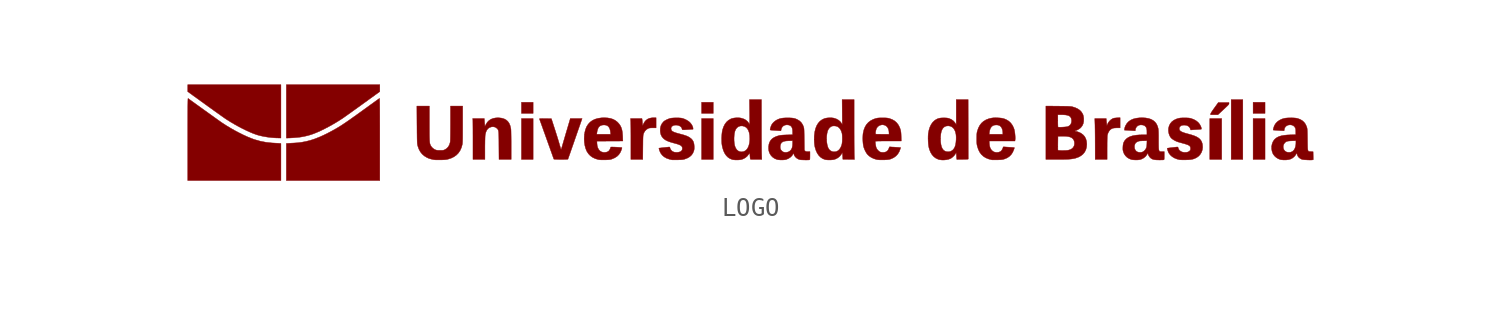
<source format=kicad_sym>
(kicad_symbol_lib
  (version 20220914)
  (generator "bitmap2component")
  (generator_version "8.0")
  (symbol "LOGO"
    (pin_names
      (offset 1.016))
    (property "Reference" "#G"
      (at 0 1.922 0)
      (effects (font (size 1.27 1.27)) hide))
    (symbol "LOGO_0_0"
      (polyline (pts (xy -25.039 -1.569) (xy -25.039 -0.58) (xy -25.115 -0.572) (xy -25.118 -0.572) (xy -25.163 -0.569) (xy -25.229 -0.565) (xy -25.306 -0.561) (xy -25.387 -0.557) (xy -25.514 -0.55) (xy -25.835 -0.515) (xy -26.145 -0.455) (xy -26.448 -0.369) (xy -26.616 -0.308) (xy -26.822 -0.224) (xy -27.041 -0.124) (xy -27.268 -0.011) (xy -27.501 0.112) (xy -27.733 0.244) (xy -27.961 0.382) (xy -28.18 0.524) (xy -28.18 0.524) (xy -28.208 0.543) (xy -28.256 0.577) (xy -28.322 0.624) (xy -28.404 0.682) (xy -28.5 0.751) (xy -28.607 0.827) (xy -28.723 0.91) (xy -28.845 0.998) (xy -28.972 1.089) (xy -29.101 1.181) (xy -29.23 1.274) (xy -29.356 1.365) (xy -29.477 1.452) (xy -29.591 1.534) (xy -29.695 1.609) (xy -29.787 1.675) (xy -29.865 1.732) (xy -29.927 1.777) (xy -29.969 1.808) (xy -29.991 1.824) (xy -29.992 1.824) (xy -29.995 1.815) (xy -29.997 1.794) (xy -29.999 1.761) (xy -30 1.714) (xy -30.002 1.651) (xy -30.003 1.573) (xy -30.005 1.477) (xy -30.006 1.362) (xy -30.006 1.228) (xy -30.007 1.073) (xy -30.008 0.896) (xy -30.008 0.696) (xy -30.009 0.471) (xy -30.009 0.221) (xy -30.009 -0.055) (xy -30.009 -0.359) (xy -30.009 -2.557) (xy -27.524 -2.557) (xy -25.039 -2.557) (xy -25.039 -1.569)) (stroke (width 0.01) (type default)) (fill (type outline)))
      (polyline (pts (xy -19.765 -0.36) (xy -19.765 -0.202) (xy -19.765 0.088) (xy -19.765 0.351) (xy -19.766 0.588) (xy -19.766 0.8) (xy -19.767 0.989) (xy -19.767 1.155) (xy -19.768 1.299) (xy -19.769 1.423) (xy -19.77 1.528) (xy -19.771 1.616) (xy -19.773 1.686) (xy -19.774 1.741) (xy -19.776 1.781) (xy -19.778 1.808) (xy -19.781 1.822) (xy -19.783 1.826) (xy -19.79 1.821) (xy -19.818 1.801) (xy -19.867 1.766) (xy -19.934 1.718) (xy -20.017 1.658) (xy -20.114 1.588) (xy -20.225 1.509) (xy -20.345 1.422) (xy -20.474 1.328) (xy -20.61 1.23) (xy -20.796 1.096) (xy -20.984 0.961) (xy -21.154 0.84) (xy -21.305 0.732) (xy -21.442 0.636) (xy -21.567 0.55) (xy -21.68 0.474) (xy -21.785 0.405) (xy -21.883 0.342) (xy -21.976 0.284) (xy -22.068 0.23) (xy -22.159 0.177) (xy -22.252 0.126) (xy -22.349 0.073) (xy -22.453 0.018) (xy -22.471 0.008) (xy -22.737 -0.125) (xy -22.988 -0.238) (xy -23.227 -0.332) (xy -23.458 -0.408) (xy -23.686 -0.467) (xy -23.915 -0.511) (xy -24.148 -0.541) (xy -24.389 -0.557) (xy -24.458 -0.56) (xy -24.538 -0.564) (xy -24.608 -0.569) (xy -24.66 -0.572) (xy -24.75 -0.58) (xy -24.75 -1.569) (xy -24.75 -2.557) (xy -22.258 -2.557) (xy -19.765 -2.557) (xy -19.765 -0.36)) (stroke (width 0.01) (type default)) (fill (type outline)))
      (polyline (pts (xy -16.529 -1.454) (xy -16.491 -1.453) (xy -16.396 -1.451) (xy -16.322 -1.447) (xy -16.262 -1.442) (xy -16.21 -1.435) (xy -16.16 -1.425) (xy -16.106 -1.411) (xy -15.961 -1.364) (xy -15.808 -1.289) (xy -15.677 -1.195) (xy -15.566 -1.081) (xy -15.478 -0.948) (xy -15.41 -0.795) (xy -15.364 -0.624) (xy -15.361 -0.603) (xy -15.357 -0.569) (xy -15.354 -0.524) (xy -15.351 -0.468) (xy -15.349 -0.397) (xy -15.347 -0.309) (xy -15.346 -0.203) (xy -15.345 -0.076) (xy -15.345 0.074) (xy -15.344 0.248) (xy -15.344 0.449) (xy -15.344 1.416) (xy -15.669 1.416) (xy -15.994 1.416) (xy -15.994 0.509) (xy -15.994 0.453) (xy -15.995 0.264) (xy -15.996 0.092) (xy -15.997 -0.062) (xy -15.999 -0.195) (xy -16.001 -0.306) (xy -16.003 -0.394) (xy -16.006 -0.456) (xy -16.009 -0.491) (xy -16.019 -0.541) (xy -16.059 -0.662) (xy -16.12 -0.765) (xy -16.2 -0.848) (xy -16.296 -0.908) (xy -16.307 -0.913) (xy -16.343 -0.928) (xy -16.378 -0.938) (xy -16.419 -0.943) (xy -16.474 -0.946) (xy -16.55 -0.946) (xy -16.611 -0.946) (xy -16.675 -0.943) (xy -16.724 -0.937) (xy -16.765 -0.928) (xy -16.806 -0.913) (xy -16.846 -0.894) (xy -16.926 -0.839) (xy -16.997 -0.77) (xy -17.048 -0.696) (xy -17.05 -0.692) (xy -17.063 -0.664) (xy -17.075 -0.636) (xy -17.085 -0.607) (xy -17.094 -0.574) (xy -17.101 -0.534) (xy -17.106 -0.486) (xy -17.111 -0.427) (xy -17.114 -0.354) (xy -17.117 -0.267) (xy -17.119 -0.162) (xy -17.12 -0.036) (xy -17.12 0.111) (xy -17.121 0.282) (xy -17.121 0.48) (xy -17.121 1.416) (xy -17.455 1.416) (xy -17.788 1.416) (xy -17.782 0.43) (xy -17.781 0.351) (xy -17.78 0.166) (xy -17.779 0.005) (xy -17.777 -0.131) (xy -17.776 -0.246) (xy -17.774 -0.342) (xy -17.772 -0.421) (xy -17.77 -0.486) (xy -17.767 -0.537) (xy -17.764 -0.579) (xy -17.76 -0.613) (xy -17.756 -0.64) (xy -17.751 -0.665) (xy -17.738 -0.716) (xy -17.681 -0.878) (xy -17.605 -1.02) (xy -17.508 -1.142) (xy -17.39 -1.245) (xy -17.251 -1.329) (xy -17.213 -1.347) (xy -17.156 -1.372) (xy -17.097 -1.392) (xy -17.026 -1.411) (xy -16.936 -1.432) (xy -16.889 -1.441) (xy -16.838 -1.448) (xy -16.783 -1.453) (xy -16.717 -1.455) (xy -16.634 -1.455) (xy -16.529 -1.454)) (stroke (width 0.01) (type default)) (fill (type outline)))
      (polyline (pts (xy -7.759 -1.453) (xy -7.688 -1.452) (xy -7.606 -1.449) (xy -7.542 -1.444) (xy -7.492 -1.438) (xy -7.448 -1.429) (xy -7.405 -1.416) (xy -7.38 -1.408) (xy -7.235 -1.346) (xy -7.113 -1.268) (xy -7.015 -1.173) (xy -6.94 -1.062) (xy -6.923 -1.026) (xy -6.897 -0.968) (xy -6.876 -0.91) (xy -6.859 -0.859) (xy -6.85 -0.82) (xy -6.851 -0.801) (xy -6.867 -0.797) (xy -6.906 -0.792) (xy -6.963 -0.787) (xy -7.033 -0.782) (xy -7.111 -0.777) (xy -7.191 -0.773) (xy -7.269 -0.77) (xy -7.339 -0.768) (xy -7.395 -0.768) (xy -7.433 -0.769) (xy -7.448 -0.772) (xy -7.46 -0.815) (xy -7.499 -0.907) (xy -7.549 -0.975) (xy -7.613 -1.021) (xy -7.695 -1.046) (xy -7.797 -1.055) (xy -7.85 -1.051) (xy -7.944 -1.025) (xy -8.023 -0.975) (xy -8.088 -0.902) (xy -8.137 -0.809) (xy -8.169 -0.697) (xy -8.182 -0.567) (xy -8.185 -0.455) (xy -7.493 -0.451) (xy -6.801 -0.448) (xy -6.809 -0.213) (xy -6.812 -0.149) (xy -6.825 0.008) (xy -6.848 0.142) (xy -6.883 0.259) (xy -6.931 0.362) (xy -6.993 0.455) (xy -7.071 0.543) (xy -7.101 0.572) (xy -7.209 0.654) (xy -7.331 0.717) (xy -7.468 0.761) (xy -7.625 0.786) (xy -7.802 0.794) (xy -7.948 0.788) (xy -8.127 0.762) (xy -8.286 0.716) (xy -8.426 0.649) (xy -8.546 0.561) (xy -8.648 0.451) (xy -8.732 0.321) (xy -8.745 0.293) (xy -8.798 0.155) (xy -8.835 0.000200) (xy -8.847 -0.087) (xy -8.194 -0.087) (xy -8.184 -0.004) (xy -8.173 0.067) (xy -8.149 0.158) (xy -8.119 0.237) (xy -8.085 0.295) (xy -8.068 0.316) (xy -7.999 0.368) (xy -7.912 0.4) (xy -7.809 0.41) (xy -7.799 0.41) (xy -7.702 0.398) (xy -7.623 0.366) (xy -7.56 0.312) (xy -7.512 0.236) (xy -7.479 0.136) (xy -7.46 0.011) (xy -7.451 -0.087) (xy -7.823 -0.087) (xy -8.194 -0.087) (xy -8.847 -0.087) (xy -8.857 -0.167) (xy -8.864 -0.339) (xy -8.854 -0.512) (xy -8.829 -0.68) (xy -8.789 -0.836) (xy -8.733 -0.976) (xy -8.723 -0.995) (xy -8.64 -1.124) (xy -8.536 -1.234) (xy -8.411 -1.323) (xy -8.267 -1.391) (xy -8.105 -1.438) (xy -8.056 -1.446) (xy -7.981 -1.452) (xy -7.882 -1.454) (xy -7.759 -1.453)) (stroke (width 0.01) (type default)) (fill (type outline)))
      (polyline (pts (xy -3.974 -1.454) (xy -3.886 -1.453) (xy -3.81 -1.451) (xy -3.724 -1.448) (xy -3.658 -1.444) (xy -3.604 -1.438) (xy -3.558 -1.429) (xy -3.513 -1.417) (xy -3.498 -1.413) (xy -3.354 -1.357) (xy -3.235 -1.287) (xy -3.14 -1.201) (xy -3.067 -1.098) (xy -3.017 -0.979) (xy -3.015 -0.972) (xy -3.002 -0.918) (xy -2.994 -0.866) (xy -2.992 -0.805) (xy -2.993 -0.725) (xy -2.994 -0.724) (xy -3.006 -0.6) (xy -3.034 -0.496) (xy -3.08 -0.409) (xy -3.146 -0.332) (xy -3.236 -0.262) (xy -3.254 -0.251) (xy -3.309 -0.219) (xy -3.371 -0.189) (xy -3.444 -0.161) (xy -3.532 -0.131) (xy -3.639 -0.1) (xy -3.771 -0.065) (xy -3.797 -0.058) (xy -3.918 -0.025) (xy -4.013 0.005) (xy -4.087 0.034) (xy -4.142 0.062) (xy -4.18 0.09) (xy -4.206 0.121) (xy -4.211 0.131) (xy -4.231 0.193) (xy -4.228 0.256) (xy -4.203 0.309) (xy -4.161 0.349) (xy -4.095 0.383) (xy -4.019 0.4) (xy -3.938 0.401) (xy -3.858 0.388) (xy -3.783 0.361) (xy -3.719 0.322) (xy -3.672 0.271) (xy -3.647 0.209) (xy -3.646 0.202) (xy -3.634 0.167) (xy -3.62 0.15) (xy -3.62 0.15) (xy -3.6 0.149) (xy -3.556 0.15) (xy -3.493 0.152) (xy -3.416 0.157) (xy -3.329 0.162) (xy -3.056 0.181) (xy -3.057 0.235) (xy -3.06 0.259) (xy -3.081 0.33) (xy -3.12 0.408) (xy -3.173 0.485) (xy -3.236 0.555) (xy -3.312 0.616) (xy -3.414 0.678) (xy -3.527 0.731) (xy -3.641 0.768) (xy -3.674 0.774) (xy -3.748 0.782) (xy -3.838 0.787) (xy -3.938 0.788) (xy -4.039 0.786) (xy -4.135 0.781) (xy -4.216 0.773) (xy -4.277 0.762) (xy -4.346 0.739) (xy -4.425 0.708) (xy -4.5 0.671) (xy -4.566 0.634) (xy -4.611 0.602) (xy -4.636 0.578) (xy -4.717 0.478) (xy -4.773 0.364) (xy -4.803 0.237) (xy -4.808 0.096) (xy -4.801 0.019) (xy -4.777 -0.092) (xy -4.736 -0.186) (xy -4.678 -0.268) (xy -4.65 -0.298) (xy -4.589 -0.352) (xy -4.518 -0.4) (xy -4.433 -0.443) (xy -4.331 -0.484) (xy -4.208 -0.523) (xy -4.06 -0.564) (xy -4.008 -0.578) (xy -3.891 -0.611) (xy -3.8 -0.644) (xy -3.73 -0.676) (xy -3.681 -0.711) (xy -3.649 -0.75) (xy -3.632 -0.794) (xy -3.627 -0.845) (xy -3.634 -0.903) (xy -3.665 -0.964) (xy -3.72 -1.009) (xy -3.8 -1.038) (xy -3.904 -1.052) (xy -3.941 -1.053) (xy -4.048 -1.043) (xy -4.134 -1.014) (xy -4.2 -0.964) (xy -4.21 -0.953) (xy -4.252 -0.897) (xy -4.28 -0.842) (xy -4.291 -0.795) (xy -4.296 -0.776) (xy -4.32 -0.766) (xy -4.326 -0.766) (xy -4.358 -0.769) (xy -4.409 -0.774) (xy -4.474 -0.781) (xy -4.548 -0.789) (xy -4.626 -0.797) (xy -4.702 -0.806) (xy -4.77 -0.814) (xy -4.826 -0.821) (xy -4.864 -0.826) (xy -4.878 -0.828) (xy -4.877 -0.837) (xy -4.87 -0.867) (xy -4.86 -0.91) (xy -4.842 -0.969) (xy -4.784 -1.094) (xy -4.704 -1.202) (xy -4.601 -1.292) (xy -4.478 -1.363) (xy -4.334 -1.414) (xy -4.328 -1.416) (xy -4.271 -1.431) (xy -4.221 -1.443) (xy -4.19 -1.45) (xy -4.167 -1.452) (xy -4.12 -1.453) (xy -4.053 -1.454) (xy -3.974 -1.454)) (stroke (width 0.01) (type default)) (fill (type outline)))
      (polyline (pts (xy -0.628 -1.455) (xy -0.548 -1.448) (xy -0.487 -1.438) (xy -0.393 -1.407) (xy -0.273 -1.345) (xy -0.171 -1.26) (xy -0.086 -1.152) (xy -0.032 -1.069) (xy -0.022 -1.224) (xy -0.018 -1.274) (xy -0.014 -1.335) (xy -0.009 -1.381) (xy -0.005 -1.405) (xy -0.004 -1.407) (xy 0.001 -1.415) (xy 0.013 -1.421) (xy 0.036 -1.425) (xy 0.073 -1.428) (xy 0.128 -1.429) (xy 0.205 -1.43) (xy 0.307 -1.43) (xy 0.611 -1.43) (xy 0.602 -1.159) (xy 0.601 -1.113) (xy 0.599 -1.035) (xy 0.598 -0.932) (xy 0.597 -0.809) (xy 0.596 -0.666) (xy 0.595 -0.508) (xy 0.594 -0.335) (xy 0.593 -0.152) (xy 0.593 0.039) (xy 0.593 0.237) (xy 0.593 0.437) (xy 0.592 1.763) (xy 0.273 1.763) (xy -0.048 1.763) (xy -0.04 1.098) (xy -0.039 0.978) (xy -0.038 0.851) (xy -0.037 0.735) (xy -0.036 0.634) (xy -0.036 0.551) (xy -0.036 0.487) (xy -0.036 0.447) (xy -0.037 0.433) (xy -0.041 0.438) (xy -0.057 0.462) (xy -0.079 0.499) (xy -0.142 0.585) (xy -0.235 0.667) (xy -0.35 0.73) (xy -0.487 0.774) (xy -0.506 0.779) (xy -0.598 0.79) (xy -0.702 0.792) (xy -0.809 0.787) (xy -0.908 0.773) (xy -0.989 0.753) (xy -1.043 0.731) (xy -1.165 0.661) (xy -1.27 0.568) (xy -1.358 0.451) (xy -1.429 0.311) (xy -1.484 0.148) (xy -1.485 0.143) (xy -1.504 0.049) (xy -1.518 -0.066) (xy -1.527 -0.194) (xy -1.53 -0.288) (xy -0.871 -0.288) (xy -0.863 -0.153) (xy -0.847 -0.029) (xy -0.822 0.077) (xy -0.817 0.091) (xy -0.77 0.191) (xy -0.706 0.269) (xy -0.627 0.324) (xy -0.536 0.354) (xy -0.433 0.357) (xy -0.422 0.356) (xy -0.319 0.331) (xy -0.231 0.282) (xy -0.159 0.209) (xy -0.103 0.113) (xy -0.062 -0.008) (xy -0.038 -0.151) (xy -0.03 -0.318) (xy -0.032 -0.406) (xy -0.049 -0.555) (xy -0.081 -0.687) (xy -0.127 -0.799) (xy -0.186 -0.891) (xy -0.258 -0.959) (xy -0.341 -1.002) (xy -0.363 -1.009) (xy -0.465 -1.026) (xy -0.56 -1.015) (xy -0.645 -0.979) (xy -0.719 -0.917) (xy -0.779 -0.832) (xy -0.824 -0.724) (xy -0.838 -0.673) (xy -0.858 -0.556) (xy -0.869 -0.425) (xy -0.871 -0.288) (xy -1.53 -0.288) (xy -1.531 -0.327) (xy -1.53 -0.456) (xy -1.524 -0.576) (xy -1.511 -0.676) (xy -1.49 -0.78) (xy -1.44 -0.95) (xy -1.374 -1.095) (xy -1.293 -1.217) (xy -1.196 -1.315) (xy -1.083 -1.389) (xy -0.954 -1.439) (xy -0.946 -1.44) (xy -0.885 -1.45) (xy -0.805 -1.456) (xy -0.716 -1.458) (xy -0.628 -1.455)) (stroke (width 0.01) (type default)) (fill (type outline)))
      (polyline (pts (xy 3.08 -1.458) (xy 3.129 -1.455) (xy 3.156 -1.45) (xy 3.161 -1.447) (xy 3.169 -1.435) (xy 3.174 -1.411) (xy 3.177 -1.371) (xy 3.178 -1.311) (xy 3.179 -1.226) (xy 3.179 -1.011) (xy 3.066 -1.011) (xy 3.045 -1.011) (xy 2.994 -1.01) (xy 2.961 -1.004) (xy 2.938 -0.993) (xy 2.917 -0.974) (xy 2.882 -0.937) (xy 2.875 -0.356) (xy 2.874 -0.315) (xy 2.872 -0.176) (xy 2.87 -0.062) (xy 2.868 0.029) (xy 2.866 0.102) (xy 2.863 0.16) (xy 2.86 0.204) (xy 2.855 0.239) (xy 2.85 0.268) (xy 2.843 0.293) (xy 2.835 0.319) (xy 2.793 0.419) (xy 2.722 0.53) (xy 2.631 0.62) (xy 2.517 0.692) (xy 2.484 0.708) (xy 2.418 0.737) (xy 2.353 0.758) (xy 2.284 0.772) (xy 2.204 0.781) (xy 2.107 0.786) (xy 1.987 0.787) (xy 1.98 0.787) (xy 1.853 0.785) (xy 1.748 0.778) (xy 1.659 0.766) (xy 1.579 0.747) (xy 1.5 0.719) (xy 1.419 0.682) (xy 1.417 0.681) (xy 1.34 0.634) (xy 1.263 0.573) (xy 1.196 0.505) (xy 1.147 0.438) (xy 1.125 0.398) (xy 1.099 0.335) (xy 1.077 0.27) (xy 1.061 0.21) (xy 1.055 0.167) (xy 1.055 0.163) (xy 1.054 0.155) (xy 1.055 0.148) (xy 1.06 0.142) (xy 1.074 0.138) (xy 1.098 0.134) (xy 1.136 0.13) (xy 1.191 0.126) (xy 1.266 0.12) (xy 1.363 0.114) (xy 1.487 0.106) (xy 1.63 0.097) (xy 1.647 0.182) (xy 1.655 0.213) (xy 1.694 0.291) (xy 1.753 0.352) (xy 1.829 0.394) (xy 1.917 0.415) (xy 2.013 0.411) (xy 2.075 0.397) (xy 2.143 0.363) (xy 2.194 0.314) (xy 2.228 0.244) (xy 2.248 0.153) (xy 2.254 0.038) (xy 2.254 -0.112) (xy 1.954 -0.12) (xy 1.923 -0.121) (xy 1.801 -0.126) (xy 1.697 -0.133) (xy 1.616 -0.141) (xy 1.559 -0.15) (xy 1.553 -0.151) (xy 1.399 -0.196) (xy 1.271 -0.253) (xy 1.166 -0.323) (xy 1.086 -0.408) (xy 1.027 -0.508) (xy 0.989 -0.625) (xy 0.976 -0.73) (xy 1.591 -0.73) (xy 1.605 -0.652) (xy 1.632 -0.583) (xy 1.671 -0.531) (xy 1.675 -0.528) (xy 1.722 -0.495) (xy 1.778 -0.47) (xy 1.848 -0.453) (xy 1.936 -0.442) (xy 2.048 -0.436) (xy 2.254 -0.43) (xy 2.254 -0.574) (xy 2.254 -0.581) (xy 2.246 -0.71) (xy 2.222 -0.816) (xy 2.182 -0.901) (xy 2.124 -0.967) (xy 2.048 -1.018) (xy 2.032 -1.025) (xy 1.946 -1.049) (xy 1.855 -1.054) (xy 1.77 -1.037) (xy 1.747 -1.027) (xy 1.692 -0.989) (xy 1.643 -0.937) (xy 1.61 -0.883) (xy 1.609 -0.88) (xy 1.592 -0.809) (xy 1.591 -0.73) (xy 0.976 -0.73) (xy 0.972 -0.76) (xy 0.97 -0.841) (xy 0.979 -0.944) (xy 1.003 -1.038) (xy 1.045 -1.132) (xy 1.107 -1.227) (xy 1.198 -1.318) (xy 1.307 -1.389) (xy 1.432 -1.436) (xy 1.482 -1.446) (xy 1.562 -1.454) (xy 1.652 -1.458) (xy 1.744 -1.456) (xy 1.826 -1.45) (xy 1.889 -1.439) (xy 1.915 -1.431) (xy 2.03 -1.384) (xy 2.133 -1.317) (xy 2.217 -1.236) (xy 2.278 -1.143) (xy 2.309 -1.081) (xy 2.319 -1.14) (xy 2.319 -1.141) (xy 2.346 -1.221) (xy 2.398 -1.296) (xy 2.468 -1.361) (xy 2.553 -1.412) (xy 2.646 -1.444) (xy 2.667 -1.447) (xy 2.718 -1.452) (xy 2.784 -1.455) (xy 2.86 -1.458) (xy 2.939 -1.459) (xy 3.014 -1.459) (xy 3.08 -1.458)) (stroke (width 0.01) (type default)) (fill (type outline)))
      (polyline (pts (xy 4.312 -1.455) (xy 4.393 -1.448) (xy 4.455 -1.438) (xy 4.552 -1.406) (xy 4.671 -1.343) (xy 4.772 -1.258) (xy 4.855 -1.151) (xy 4.909 -1.066) (xy 4.922 -1.245) (xy 4.934 -1.423) (xy 5.243 -1.427) (xy 5.553 -1.431) (xy 5.543 -1.203) (xy 5.543 -1.2) (xy 5.542 -1.149) (xy 5.54 -1.072) (xy 5.539 -0.972) (xy 5.538 -0.85) (xy 5.537 -0.709) (xy 5.536 -0.552) (xy 5.535 -0.381) (xy 5.535 -0.198) (xy 5.534 -0.007) (xy 5.534 0.192) (xy 5.534 0.394) (xy 5.534 1.763) (xy 5.214 1.763) (xy 4.895 1.763) (xy 4.9 1.098) (xy 4.901 0.978) (xy 4.902 0.851) (xy 4.903 0.735) (xy 4.903 0.634) (xy 4.903 0.551) (xy 4.903 0.487) (xy 4.903 0.447) (xy 4.903 0.433) (xy 4.9 0.438) (xy 4.886 0.46) (xy 4.864 0.496) (xy 4.861 0.501) (xy 4.789 0.593) (xy 4.695 0.671) (xy 4.582 0.733) (xy 4.454 0.775) (xy 4.434 0.779) (xy 4.342 0.79) (xy 4.238 0.792) (xy 4.132 0.787) (xy 4.033 0.773) (xy 3.953 0.753) (xy 3.826 0.693) (xy 3.713 0.61) (xy 3.618 0.504) (xy 3.54 0.375) (xy 3.479 0.223) (xy 3.436 0.048) (xy 3.411 -0.149) (xy 3.407 -0.2) (xy 3.405 -0.314) (xy 3.405 -0.35) (xy 4.066 -0.35) (xy 4.07 -0.198) (xy 4.088 -0.052) (xy 4.119 0.08) (xy 4.125 0.097) (xy 4.166 0.183) (xy 4.223 0.257) (xy 4.291 0.314) (xy 4.363 0.347) (xy 4.402 0.355) (xy 4.488 0.358) (xy 4.574 0.346) (xy 4.647 0.321) (xy 4.712 0.278) (xy 4.784 0.201) (xy 4.842 0.098) (xy 4.885 -0.029) (xy 4.888 -0.041) (xy 4.897 -0.109) (xy 4.903 -0.195) (xy 4.905 -0.292) (xy 4.904 -0.393) (xy 4.899 -0.489) (xy 4.89 -0.572) (xy 4.878 -0.635) (xy 4.864 -0.682) (xy 4.815 -0.798) (xy 4.754 -0.891) (xy 4.681 -0.96) (xy 4.599 -1.003) (xy 4.545 -1.017) (xy 4.446 -1.024) (xy 4.352 -1.004) (xy 4.269 -0.961) (xy 4.199 -0.895) (xy 4.148 -0.808) (xy 4.132 -0.767) (xy 4.097 -0.642) (xy 4.075 -0.5) (xy 4.066 -0.35) (xy 3.405 -0.35) (xy 3.407 -0.434) (xy 3.413 -0.552) (xy 3.424 -0.659) (xy 3.439 -0.746) (xy 3.446 -0.778) (xy 3.497 -0.947) (xy 3.564 -1.093) (xy 3.647 -1.216) (xy 3.745 -1.314) (xy 3.858 -1.389) (xy 3.986 -1.438) (xy 3.991 -1.44) (xy 4.053 -1.45) (xy 4.134 -1.456) (xy 4.223 -1.458) (xy 4.312 -1.455)) (stroke (width 0.01) (type default)) (fill (type outline)))
      (polyline (pts (xy 7.091 -1.454) (xy 7.195 -1.451) (xy 7.292 -1.445) (xy 7.373 -1.435) (xy 7.434 -1.424) (xy 7.507 -1.4) (xy 7.646 -1.335) (xy 7.764 -1.25) (xy 7.862 -1.144) (xy 7.939 -1.018) (xy 7.995 -0.872) (xy 8.016 -0.798) (xy 7.92 -0.789) (xy 7.88 -0.786) (xy 7.81 -0.782) (xy 7.73 -0.777) (xy 7.65 -0.772) (xy 7.583 -0.769) (xy 7.521 -0.765) (xy 7.473 -0.761) (xy 7.447 -0.758) (xy 7.438 -0.757) (xy 7.422 -0.763) (xy 7.408 -0.786) (xy 7.392 -0.831) (xy 7.378 -0.87) (xy 7.331 -0.951) (xy 7.267 -1.008) (xy 7.186 -1.043) (xy 7.087 -1.054) (xy 7.05 -1.053) (xy 6.99 -1.048) (xy 6.942 -1.039) (xy 6.906 -1.024) (xy 6.849 -0.983) (xy 6.793 -0.928) (xy 6.746 -0.865) (xy 6.715 -0.802) (xy 6.709 -0.785) (xy 6.696 -0.732) (xy 6.684 -0.669) (xy 6.674 -0.603) (xy 6.667 -0.543) (xy 6.664 -0.495) (xy 6.667 -0.467) (xy 6.669 -0.465) (xy 6.681 -0.461) (xy 6.703 -0.457) (xy 6.74 -0.454) (xy 6.791 -0.452) (xy 6.861 -0.45) (xy 6.951 -0.449) (xy 7.063 -0.448) (xy 7.199 -0.448) (xy 7.363 -0.448) (xy 8.051 -0.448) (xy 8.044 -0.199) (xy 8.044 -0.196) (xy 8.04 -0.093) (xy 8.035 -0.012) (xy 8.027 0.053) (xy 8.018 0.108) (xy 8.005 0.159) (xy 7.966 0.271) (xy 7.896 0.41) (xy 7.806 0.527) (xy 7.698 0.623) (xy 7.569 0.698) (xy 7.419 0.754) (xy 7.419 0.754) (xy 7.372 0.767) (xy 7.327 0.775) (xy 7.28 0.781) (xy 7.222 0.785) (xy 7.147 0.787) (xy 7.051 0.787) (xy 7.05 0.787) (xy 6.953 0.787) (xy 6.879 0.785) (xy 6.822 0.781) (xy 6.774 0.775) (xy 6.73 0.766) (xy 6.683 0.754) (xy 6.559 0.711) (xy 6.418 0.639) (xy 6.297 0.548) (xy 6.197 0.438) (xy 6.118 0.307) (xy 6.057 0.155) (xy 6.016 -0.019) (xy 6.013 -0.044) (xy 6.672 -0.044) (xy 6.677 0.024) (xy 6.691 0.099) (xy 6.71 0.173) (xy 6.734 0.232) (xy 6.745 0.253) (xy 6.801 0.321) (xy 6.871 0.373) (xy 6.949 0.403) (xy 6.966 0.407) (xy 7.013 0.415) (xy 7.048 0.418) (xy 7.086 0.414) (xy 7.138 0.403) (xy 7.176 0.392) (xy 7.252 0.349) (xy 7.313 0.284) (xy 7.359 0.199) (xy 7.388 0.096) (xy 7.397 -0.022) (xy 7.397 -0.087) (xy 7.036 -0.087) (xy 6.956 -0.086) (xy 6.865 -0.085) (xy 6.787 -0.084) (xy 6.727 -0.082) (xy 6.688 -0.079) (xy 6.674 -0.076) (xy 6.672 -0.044) (xy 6.013 -0.044) (xy 6.007 -0.083) (xy 6 -0.191) (xy 5.997 -0.31) (xy 6 -0.433) (xy 6.008 -0.552) (xy 6.021 -0.658) (xy 6.038 -0.744) (xy 6.048 -0.781) (xy 6.086 -0.887) (xy 6.135 -0.991) (xy 6.188 -1.085) (xy 6.243 -1.16) (xy 6.333 -1.247) (xy 6.452 -1.327) (xy 6.59 -1.391) (xy 6.741 -1.436) (xy 6.804 -1.446) (xy 6.888 -1.452) (xy 6.986 -1.455) (xy 7.091 -1.454)) (stroke (width 0.01) (type default)) (fill (type outline)))
      (polyline (pts (xy 10.447 -1.449) (xy 10.569 -1.424) (xy 10.674 -1.385) (xy 10.695 -1.374) (xy 10.762 -1.327) (xy 10.831 -1.267) (xy 10.892 -1.201) (xy 10.936 -1.138) (xy 10.976 -1.068) (xy 10.986 -1.145) (xy 10.988 -1.169) (xy 10.993 -1.229) (xy 10.995 -1.28) (xy 10.995 -1.288) (xy 10.998 -1.34) (xy 11.004 -1.385) (xy 11.013 -1.431) (xy 11.319 -1.427) (xy 11.406 -1.426) (xy 11.492 -1.423) (xy 11.553 -1.421) (xy 11.594 -1.417) (xy 11.616 -1.411) (xy 11.622 -1.405) (xy 11.622 -1.405) (xy 11.622 -1.385) (xy 11.622 -1.338) (xy 11.621 -1.267) (xy 11.621 -1.172) (xy 11.621 -1.056) (xy 11.62 -0.921) (xy 11.62 -0.769) (xy 11.62 -0.601) (xy 11.62 -0.42) (xy 11.619 -0.226) (xy 11.619 -0.023) (xy 11.619 0.188) (xy 11.616 1.763) (xy 11.299 1.763) (xy 10.981 1.763) (xy 10.981 1.096) (xy 10.981 0.43) (xy 10.922 0.519) (xy 10.909 0.537) (xy 10.824 0.63) (xy 10.719 0.704) (xy 10.598 0.755) (xy 10.556 0.768) (xy 10.508 0.777) (xy 10.455 0.783) (xy 10.389 0.786) (xy 10.302 0.786) (xy 10.256 0.786) (xy 10.156 0.781) (xy 10.075 0.768) (xy 10.003 0.747) (xy 9.933 0.714) (xy 9.857 0.668) (xy 9.818 0.64) (xy 9.723 0.548) (xy 9.642 0.432) (xy 9.576 0.295) (xy 9.526 0.137) (xy 9.492 -0.039) (xy 9.485 -0.11) (xy 9.48 -0.22) (xy 9.48 -0.325) (xy 10.143 -0.325) (xy 10.145 -0.223) (xy 10.16 -0.066) (xy 10.188 0.066) (xy 10.231 0.173) (xy 10.288 0.256) (xy 10.36 0.315) (xy 10.446 0.35) (xy 10.546 0.361) (xy 10.566 0.361) (xy 10.669 0.343) (xy 10.759 0.299) (xy 10.834 0.232) (xy 10.893 0.14) (xy 10.924 0.072) (xy 10.952 -0.02) (xy 10.97 -0.119) (xy 10.977 -0.233) (xy 10.976 -0.368) (xy 10.964 -0.523) (xy 10.942 -0.654) (xy 10.908 -0.762) (xy 10.861 -0.851) (xy 10.801 -0.922) (xy 10.726 -0.977) (xy 10.72 -0.981) (xy 10.652 -1.008) (xy 10.572 -1.02) (xy 10.473 -1.016) (xy 10.384 -0.989) (xy 10.309 -0.939) (xy 10.248 -0.866) (xy 10.202 -0.768) (xy 10.169 -0.645) (xy 10.149 -0.498) (xy 10.143 -0.325) (xy 9.48 -0.325) (xy 9.48 -0.342) (xy 9.484 -0.468) (xy 9.493 -0.59) (xy 9.505 -0.699) (xy 9.521 -0.787) (xy 9.552 -0.901) (xy 9.613 -1.052) (xy 9.691 -1.18) (xy 9.786 -1.285) (xy 9.897 -1.367) (xy 10.024 -1.425) (xy 10.073 -1.44) (xy 10.19 -1.458) (xy 10.318 -1.461) (xy 10.447 -1.449)) (stroke (width 0.01) (type default)) (fill (type outline)))
      (polyline (pts (xy 13.077 -1.454) (xy 13.162 -1.453) (xy 13.22 -1.452) (xy 13.307 -1.449) (xy 13.374 -1.445) (xy 13.429 -1.438) (xy 13.477 -1.429) (xy 13.524 -1.417) (xy 13.561 -1.405) (xy 13.699 -1.347) (xy 13.816 -1.269) (xy 13.913 -1.171) (xy 13.991 -1.052) (xy 14.053 -0.91) (xy 14.056 -0.9) (xy 14.072 -0.851) (xy 14.082 -0.816) (xy 14.083 -0.8) (xy 14.075 -0.798) (xy 14.042 -0.795) (xy 13.989 -0.79) (xy 13.92 -0.785) (xy 13.84 -0.78) (xy 13.791 -0.777) (xy 13.708 -0.772) (xy 13.635 -0.767) (xy 13.577 -0.763) (xy 13.542 -0.76) (xy 13.508 -0.759) (xy 13.486 -0.764) (xy 13.48 -0.778) (xy 13.475 -0.803) (xy 13.458 -0.849) (xy 13.432 -0.9) (xy 13.403 -0.946) (xy 13.377 -0.978) (xy 13.332 -1.011) (xy 13.25 -1.044) (xy 13.154 -1.055) (xy 13.111 -1.053) (xy 13.025 -1.039) (xy 12.953 -1.007) (xy 12.886 -0.954) (xy 12.831 -0.887) (xy 12.788 -0.804) (xy 12.761 -0.704) (xy 12.747 -0.582) (xy 12.739 -0.448) (xy 13.427 -0.448) (xy 14.114 -0.448) (xy 14.124 -0.365) (xy 14.127 -0.341) (xy 14.127 -0.272) (xy 14.124 -0.187) (xy 14.116 -0.094) (xy 14.106 -0.001) (xy 14.093 0.084) (xy 14.079 0.152) (xy 14.042 0.263) (xy 13.975 0.397) (xy 13.889 0.514) (xy 13.785 0.611) (xy 13.666 0.684) (xy 13.631 0.701) (xy 13.552 0.734) (xy 13.475 0.757) (xy 13.392 0.774) (xy 13.295 0.784) (xy 13.177 0.79) (xy 13.086 0.793) (xy 13.013 0.792) (xy 12.95 0.788) (xy 12.89 0.78) (xy 12.823 0.768) (xy 12.722 0.743) (xy 12.571 0.685) (xy 12.44 0.607) (xy 12.328 0.508) (xy 12.236 0.387) (xy 12.162 0.245) (xy 12.105 0.08) (xy 12.102 0.07) (xy 12.092 0.025) (xy 12.084 -0.02) (xy 12.079 -0.071) (xy 12.078 -0.087) (xy 12.739 -0.087) (xy 12.748 0.004) (xy 12.767 0.119) (xy 12.802 0.224) (xy 12.855 0.306) (xy 12.924 0.364) (xy 13.009 0.399) (xy 13.112 0.41) (xy 13.203 0.403) (xy 13.289 0.375) (xy 13.356 0.324) (xy 13.408 0.25) (xy 13.444 0.152) (xy 13.452 0.116) (xy 13.462 0.049) (xy 13.466 -0.01) (xy 13.466 -0.087) (xy 13.102 -0.087) (xy 12.739 -0.087) (xy 12.078 -0.087) (xy 12.076 -0.134) (xy 12.074 -0.214) (xy 12.073 -0.318) (xy 12.073 -0.349) (xy 12.073 -0.445) (xy 12.075 -0.52) (xy 12.079 -0.58) (xy 12.084 -0.63) (xy 12.093 -0.676) (xy 12.104 -0.725) (xy 12.157 -0.891) (xy 12.227 -1.036) (xy 12.316 -1.159) (xy 12.424 -1.261) (xy 12.552 -1.343) (xy 12.702 -1.405) (xy 12.873 -1.45) (xy 12.892 -1.452) (xy 12.936 -1.453) (xy 13 -1.454) (xy 13.077 -1.454)) (stroke (width 0.01) (type default)) (fill (type outline)))
      (polyline (pts (xy 21.85 -1.459) (xy 21.924 -1.458) (xy 21.987 -1.456) (xy 22.032 -1.454) (xy 22.054 -1.45) (xy 22.059 -1.447) (xy 22.067 -1.435) (xy 22.072 -1.411) (xy 22.075 -1.371) (xy 22.076 -1.311) (xy 22.077 -1.226) (xy 22.077 -1.011) (xy 21.97 -1.011) (xy 21.932 -1.012) (xy 21.891 -1.011) (xy 21.857 -1.007) (xy 21.831 -0.997) (xy 21.811 -0.978) (xy 21.796 -0.949) (xy 21.786 -0.906) (xy 21.779 -0.847) (xy 21.776 -0.769) (xy 21.774 -0.67) (xy 21.773 -0.547) (xy 21.773 -0.397) (xy 21.773 -0.28) (xy 21.773 -0.155) (xy 21.771 -0.053) (xy 21.769 0.029) (xy 21.766 0.095) (xy 21.762 0.148) (xy 21.757 0.192) (xy 21.75 0.228) (xy 21.721 0.336) (xy 21.665 0.459) (xy 21.588 0.562) (xy 21.49 0.646) (xy 21.372 0.712) (xy 21.231 0.758) (xy 21.069 0.785) (xy 20.885 0.794) (xy 20.751 0.789) (xy 20.575 0.768) (xy 20.422 0.728) (xy 20.29 0.67) (xy 20.179 0.593) (xy 20.088 0.498) (xy 20.017 0.383) (xy 20.016 0.382) (xy 19.99 0.321) (xy 19.969 0.259) (xy 19.958 0.208) (xy 19.95 0.134) (xy 20.096 0.125) (xy 20.117 0.124) (xy 20.206 0.118) (xy 20.301 0.112) (xy 20.384 0.106) (xy 20.527 0.097) (xy 20.537 0.16) (xy 20.554 0.226) (xy 20.596 0.303) (xy 20.658 0.362) (xy 20.736 0.399) (xy 20.828 0.414) (xy 20.931 0.404) (xy 20.97 0.394) (xy 21.022 0.371) (xy 21.067 0.334) (xy 21.098 0.299) (xy 21.124 0.252) (xy 21.141 0.195) (xy 21.15 0.121) (xy 21.152 0.025) (xy 21.152 -0.116) (xy 20.918 -0.116) (xy 20.75 -0.12) (xy 20.566 -0.136) (xy 20.405 -0.164) (xy 20.267 -0.205) (xy 20.151 -0.26) (xy 20.055 -0.329) (xy 19.979 -0.412) (xy 19.952 -0.45) (xy 19.917 -0.514) (xy 19.893 -0.583) (xy 19.878 -0.665) (xy 19.87 -0.768) (xy 19.87 -0.771) (xy 20.483 -0.771) (xy 20.49 -0.684) (xy 20.52 -0.6) (xy 20.528 -0.584) (xy 20.56 -0.542) (xy 20.604 -0.508) (xy 20.669 -0.474) (xy 20.678 -0.47) (xy 20.711 -0.458) (xy 20.749 -0.449) (xy 20.797 -0.443) (xy 20.861 -0.439) (xy 20.948 -0.436) (xy 21.155 -0.43) (xy 21.15 -0.594) (xy 21.149 -0.608) (xy 21.145 -0.686) (xy 21.138 -0.744) (xy 21.127 -0.789) (xy 21.111 -0.831) (xy 21.07 -0.903) (xy 21.005 -0.977) (xy 20.928 -1.027) (xy 20.88 -1.044) (xy 20.796 -1.054) (xy 20.71 -1.048) (xy 20.635 -1.024) (xy 20.586 -0.992) (xy 20.533 -0.931) (xy 20.498 -0.855) (xy 20.483 -0.771) (xy 19.87 -0.771) (xy 19.869 -0.794) (xy 19.868 -0.865) (xy 19.87 -0.92) (xy 19.879 -0.969) (xy 19.893 -1.021) (xy 19.932 -1.121) (xy 20.002 -1.229) (xy 20.093 -1.319) (xy 20.204 -1.389) (xy 20.332 -1.437) (xy 20.388 -1.447) (xy 20.467 -1.454) (xy 20.556 -1.457) (xy 20.645 -1.456) (xy 20.724 -1.45) (xy 20.784 -1.44) (xy 20.869 -1.411) (xy 20.985 -1.35) (xy 21.082 -1.268) (xy 21.159 -1.164) (xy 21.178 -1.133) (xy 21.198 -1.105) (xy 21.207 -1.099) (xy 21.21 -1.113) (xy 21.211 -1.124) (xy 21.225 -1.179) (xy 21.256 -1.24) (xy 21.296 -1.3) (xy 21.341 -1.348) (xy 21.383 -1.38) (xy 21.44 -1.412) (xy 21.506 -1.434) (xy 21.587 -1.449) (xy 21.687 -1.457) (xy 21.81 -1.459) (xy 21.85 -1.459)) (stroke (width 0.01) (type default)) (fill (type outline)))
      (polyline (pts (xy 23.226 -1.453) (xy 23.242 -1.452) (xy 23.368 -1.448) (xy 23.472 -1.439) (xy 23.56 -1.425) (xy 23.638 -1.405) (xy 23.712 -1.376) (xy 23.789 -1.339) (xy 23.814 -1.325) (xy 23.918 -1.248) (xy 24.003 -1.151) (xy 24.067 -1.04) (xy 24.108 -0.916) (xy 24.125 -0.783) (xy 24.116 -0.645) (xy 24.105 -0.589) (xy 24.075 -0.496) (xy 24.032 -0.415) (xy 23.973 -0.343) (xy 23.896 -0.28) (xy 23.799 -0.222) (xy 23.68 -0.17) (xy 23.535 -0.121) (xy 23.365 -0.073) (xy 23.278 -0.05) (xy 23.161 -0.016) (xy 23.068 0.017) (xy 22.997 0.048) (xy 22.945 0.08) (xy 22.909 0.115) (xy 22.887 0.154) (xy 22.877 0.197) (xy 22.876 0.205) (xy 22.885 0.269) (xy 22.919 0.326) (xy 22.972 0.368) (xy 23.019 0.386) (xy 23.098 0.399) (xy 23.184 0.399) (xy 23.265 0.385) (xy 23.295 0.375) (xy 23.37 0.337) (xy 23.424 0.285) (xy 23.46 0.214) (xy 23.486 0.141) (xy 23.594 0.15) (xy 23.633 0.153) (xy 23.707 0.158) (xy 23.79 0.163) (xy 23.871 0.168) (xy 23.935 0.172) (xy 23.993 0.178) (xy 24.036 0.183) (xy 24.056 0.188) (xy 24.061 0.198) (xy 24.059 0.229) (xy 24.044 0.284) (xy 24.029 0.327) (xy 23.968 0.445) (xy 23.883 0.548) (xy 23.774 0.635) (xy 23.643 0.707) (xy 23.49 0.761) (xy 23.457 0.769) (xy 23.406 0.777) (xy 23.343 0.783) (xy 23.264 0.786) (xy 23.161 0.787) (xy 23.088 0.786) (xy 23.01 0.785) (xy 22.95 0.782) (xy 22.9 0.775) (xy 22.853 0.766) (xy 22.803 0.753) (xy 22.715 0.724) (xy 22.587 0.661) (xy 22.481 0.581) (xy 22.399 0.484) (xy 22.34 0.37) (xy 22.305 0.241) (xy 22.301 0.209) (xy 22.299 0.095) (xy 22.315 -0.02) (xy 22.348 -0.128) (xy 22.395 -0.223) (xy 22.455 -0.299) (xy 22.456 -0.299) (xy 22.515 -0.347) (xy 22.591 -0.397) (xy 22.674 -0.442) (xy 22.755 -0.478) (xy 22.767 -0.482) (xy 22.818 -0.499) (xy 22.887 -0.519) (xy 22.966 -0.542) (xy 23.048 -0.564) (xy 23.169 -0.597) (xy 23.268 -0.628) (xy 23.344 -0.657) (xy 23.4 -0.687) (xy 23.438 -0.719) (xy 23.462 -0.756) (xy 23.475 -0.798) (xy 23.478 -0.848) (xy 23.478 -0.873) (xy 23.473 -0.913) (xy 23.459 -0.943) (xy 23.431 -0.975) (xy 23.396 -1.004) (xy 23.338 -1.033) (xy 23.264 -1.05) (xy 23.168 -1.054) (xy 23.158 -1.054) (xy 23.059 -1.041) (xy 22.972 -1.008) (xy 22.9 -0.957) (xy 22.848 -0.892) (xy 22.82 -0.815) (xy 22.818 -0.805) (xy 22.805 -0.775) (xy 22.782 -0.766) (xy 22.781 -0.766) (xy 22.753 -0.768) (xy 22.705 -0.772) (xy 22.642 -0.779) (xy 22.569 -0.788) (xy 22.492 -0.797) (xy 22.416 -0.806) (xy 22.347 -0.815) (xy 22.291 -0.823) (xy 22.252 -0.829) (xy 22.237 -0.833) (xy 22.236 -0.833) (xy 22.236 -0.853) (xy 22.244 -0.892) (xy 22.259 -0.943) (xy 22.279 -0.998) (xy 22.3 -1.05) (xy 22.324 -1.096) (xy 22.398 -1.194) (xy 22.494 -1.28) (xy 22.611 -1.352) (xy 22.745 -1.407) (xy 22.893 -1.445) (xy 22.921 -1.448) (xy 22.977 -1.451) (xy 23.051 -1.453) (xy 23.136 -1.454) (xy 23.226 -1.453)) (stroke (width 0.01) (type default)) (fill (type outline)))
      (polyline (pts (xy 29.951 -1.458) (xy 29.989 -1.453) (xy 30.024 -1.444) (xy 30.02 -1.231) (xy 30.016 -1.019) (xy 29.896 -1.011) (xy 29.887 -1.011) (xy 29.847 -1.009) (xy 29.814 -1.006) (xy 29.788 -1.001) (xy 29.767 -0.989) (xy 29.75 -0.969) (xy 29.739 -0.938) (xy 29.73 -0.894) (xy 29.725 -0.833) (xy 29.722 -0.754) (xy 29.72 -0.654) (xy 29.718 -0.53) (xy 29.716 -0.379) (xy 29.715 -0.282) (xy 29.713 -0.151) (xy 29.711 -0.043) (xy 29.709 0.043) (xy 29.706 0.112) (xy 29.702 0.166) (xy 29.698 0.207) (xy 29.692 0.24) (xy 29.686 0.267) (xy 29.666 0.329) (xy 29.608 0.455) (xy 29.531 0.559) (xy 29.433 0.645) (xy 29.313 0.712) (xy 29.171 0.762) (xy 29.139 0.769) (xy 29.06 0.779) (xy 28.963 0.786) (xy 28.856 0.789) (xy 28.747 0.788) (xy 28.641 0.783) (xy 28.548 0.774) (xy 28.474 0.761) (xy 28.35 0.724) (xy 28.222 0.662) (xy 28.112 0.585) (xy 28.023 0.493) (xy 27.957 0.388) (xy 27.943 0.354) (xy 27.923 0.3) (xy 27.906 0.244) (xy 27.892 0.194) (xy 27.886 0.156) (xy 27.887 0.138) (xy 27.899 0.136) (xy 27.934 0.133) (xy 27.988 0.128) (xy 28.055 0.123) (xy 28.13 0.118) (xy 28.208 0.113) (xy 28.282 0.108) (xy 28.348 0.105) (xy 28.4 0.102) (xy 28.432 0.101) (xy 28.46 0.103) (xy 28.475 0.116) (xy 28.478 0.148) (xy 28.478 0.159) (xy 28.488 0.206) (xy 28.505 0.255) (xy 28.516 0.275) (xy 28.566 0.337) (xy 28.632 0.381) (xy 28.708 0.407) (xy 28.789 0.416) (xy 28.87 0.406) (xy 28.945 0.378) (xy 29.008 0.332) (xy 29.055 0.268) (xy 29.066 0.244) (xy 29.079 0.209) (xy 29.086 0.169) (xy 29.09 0.117) (xy 29.091 0.044) (xy 29.092 -0.108) (xy 28.803 -0.117) (xy 28.642 -0.125) (xy 28.483 -0.14) (xy 28.347 -0.163) (xy 28.231 -0.195) (xy 28.132 -0.236) (xy 28.047 -0.287) (xy 27.973 -0.349) (xy 27.933 -0.395) (xy 27.87 -0.495) (xy 27.827 -0.611) (xy 27.804 -0.735) (xy 27.804 -0.751) (xy 28.42 -0.751) (xy 28.433 -0.669) (xy 28.468 -0.592) (xy 28.525 -0.524) (xy 28.526 -0.523) (xy 28.563 -0.495) (xy 28.602 -0.474) (xy 28.65 -0.459) (xy 28.711 -0.449) (xy 28.79 -0.442) (xy 28.893 -0.437) (xy 29.099 -0.43) (xy 29.099 -0.539) (xy 29.096 -0.621) (xy 29.076 -0.746) (xy 29.04 -0.851) (xy 28.988 -0.936) (xy 28.921 -0.999) (xy 28.84 -1.038) (xy 28.827 -1.042) (xy 28.744 -1.053) (xy 28.659 -1.048) (xy 28.585 -1.028) (xy 28.576 -1.023) (xy 28.507 -0.974) (xy 28.458 -0.909) (xy 28.429 -0.833) (xy 28.42 -0.751) (xy 27.804 -0.751) (xy 27.803 -0.863) (xy 27.824 -0.99) (xy 27.867 -1.112) (xy 27.885 -1.147) (xy 27.956 -1.243) (xy 28.047 -1.326) (xy 28.154 -1.393) (xy 28.273 -1.438) (xy 28.295 -1.443) (xy 28.351 -1.45) (xy 28.421 -1.456) (xy 28.492 -1.458) (xy 28.594 -1.455) (xy 28.716 -1.44) (xy 28.82 -1.408) (xy 28.913 -1.359) (xy 28.998 -1.292) (xy 29.028 -1.26) (xy 29.07 -1.209) (xy 29.101 -1.163) (xy 29.113 -1.139) (xy 29.133 -1.11) (xy 29.144 -1.098) (xy 29.145 -1.099) (xy 29.154 -1.116) (xy 29.161 -1.15) (xy 29.163 -1.158) (xy 29.193 -1.242) (xy 29.248 -1.317) (xy 29.325 -1.38) (xy 29.419 -1.427) (xy 29.443 -1.433) (xy 29.496 -1.441) (xy 29.566 -1.448) (xy 29.647 -1.453) (xy 29.733 -1.457) (xy 29.817 -1.46) (xy 29.891 -1.46) (xy 29.951 -1.458)) (stroke (width 0.01) (type default)) (fill (type outline)))
      (polyline (pts (xy -14.159 -0.856) (xy -14.159 -0.837) (xy -14.159 -0.705) (xy -14.157 -0.578) (xy -14.156 -0.46) (xy -14.153 -0.355) (xy -14.151 -0.266) (xy -14.148 -0.198) (xy -14.145 -0.155) (xy -14.137 -0.099) (xy -14.105 0.029) (xy -14.058 0.133) (xy -13.995 0.213) (xy -13.915 0.27) (xy -13.819 0.304) (xy -13.768 0.311) (xy -13.671 0.308) (xy -13.587 0.279) (xy -13.516 0.226) (xy -13.512 0.221) (xy -13.491 0.2) (xy -13.474 0.179) (xy -13.46 0.157) (xy -13.448 0.131) (xy -13.438 0.099) (xy -13.431 0.058) (xy -13.425 0.005) (xy -13.421 -0.061) (xy -13.418 -0.144) (xy -13.416 -0.246) (xy -13.414 -0.369) (xy -13.413 -0.516) (xy -13.412 -0.69) (xy -13.406 -1.43) (xy -13.082 -1.43) (xy -12.758 -1.43) (xy -12.758 -0.668) (xy -12.758 -0.64) (xy -12.758 -0.487) (xy -12.759 -0.342) (xy -12.761 -0.208) (xy -12.763 -0.087) (xy -12.765 0.016) (xy -12.767 0.1) (xy -12.77 0.16) (xy -12.773 0.195) (xy -12.778 0.228) (xy -12.813 0.374) (xy -12.866 0.498) (xy -12.937 0.599) (xy -13.027 0.678) (xy -13.136 0.736) (xy -13.265 0.774) (xy -13.415 0.791) (xy -13.565 0.788) (xy -13.708 0.763) (xy -13.834 0.715) (xy -13.943 0.644) (xy -14.033 0.551) (xy -14.106 0.434) (xy -14.157 0.334) (xy -14.165 0.416) (xy -14.166 0.424) (xy -14.171 0.483) (xy -14.177 0.554) (xy -14.182 0.625) (xy -14.191 0.751) (xy -14.502 0.751) (xy -14.813 0.751) (xy -14.804 0.719) (xy -14.803 0.702) (xy -14.801 0.658) (xy -14.8 0.59) (xy -14.799 0.5) (xy -14.798 0.39) (xy -14.797 0.263) (xy -14.796 0.121) (xy -14.796 -0.034) (xy -14.795 -0.199) (xy -14.795 -0.372) (xy -14.795 -1.43) (xy -14.477 -1.43) (xy -14.159 -1.43) (xy -14.159 -0.856)) (stroke (width 0.01) (type default)) (fill (type outline)))
      (polyline (pts (xy -11.587 -0.34) (xy -11.587 0.751) (xy -11.898 0.751) (xy -12.209 0.751) (xy -12.209 -0.34) (xy -12.209 -1.43) (xy -11.898 -1.43) (xy -11.587 -1.43) (xy -11.587 -0.34)) (stroke (width 0.01) (type default)) (fill (type outline)))
      (polyline (pts (xy -10.008 -1.431) (xy -9.924 -1.43) (xy -9.849 -1.428) (xy -9.789 -1.425) (xy -9.748 -1.421) (xy -9.731 -1.416) (xy -9.727 -1.407) (xy -9.715 -1.373) (xy -9.694 -1.316) (xy -9.667 -1.238) (xy -9.632 -1.14) (xy -9.592 -1.026) (xy -9.547 -0.896) (xy -9.498 -0.755) (xy -9.445 -0.604) (xy -9.389 -0.444) (xy -9.356 -0.347) (xy -9.3 -0.187) (xy -9.247 -0.034) (xy -9.197 0.11) (xy -9.151 0.242) (xy -9.11 0.359) (xy -9.075 0.459) (xy -9.047 0.54) (xy -9.027 0.598) (xy -9.015 0.632) (xy -8.973 0.751) (xy -9.288 0.751) (xy -9.603 0.751) (xy -9.792 0.112) (xy -9.818 0.025) (xy -9.859 -0.113) (xy -9.898 -0.247) (xy -9.935 -0.374) (xy -9.969 -0.488) (xy -9.997 -0.587) (xy -10.02 -0.665) (xy -10.036 -0.72) (xy -10.041 -0.739) (xy -10.062 -0.807) (xy -10.079 -0.858) (xy -10.092 -0.888) (xy -10.1 -0.893) (xy -10.101 -0.892) (xy -10.109 -0.868) (xy -10.124 -0.821) (xy -10.143 -0.757) (xy -10.166 -0.679) (xy -10.191 -0.592) (xy -10.209 -0.533) (xy -10.238 -0.434) (xy -10.274 -0.317) (xy -10.314 -0.188) (xy -10.357 -0.053) (xy -10.4 0.084) (xy -10.443 0.217) (xy -10.613 0.744) (xy -10.936 0.748) (xy -11.011 0.749) (xy -11.098 0.75) (xy -11.161 0.749) (xy -11.204 0.748) (xy -11.232 0.745) (xy -11.246 0.741) (xy -11.25 0.735) (xy -11.248 0.726) (xy -11.245 0.718) (xy -11.233 0.683) (xy -11.213 0.627) (xy -11.185 0.55) (xy -11.151 0.455) (xy -11.111 0.345) (xy -11.067 0.222) (xy -11.02 0.089) (xy -10.969 -0.051) (xy -10.917 -0.197) (xy -10.864 -0.345) (xy -10.811 -0.494) (xy -10.759 -0.64) (xy -10.708 -0.78) (xy -10.661 -0.914) (xy -10.616 -1.037) (xy -10.577 -1.147) (xy -10.543 -1.243) (xy -10.515 -1.32) (xy -10.495 -1.378) (xy -10.482 -1.412) (xy -10.481 -1.414) (xy -10.459 -1.419) (xy -10.414 -1.423) (xy -10.351 -1.426) (xy -10.274 -1.429) (xy -10.188 -1.431) (xy -10.098 -1.431) (xy -10.008 -1.431)) (stroke (width 0.01) (type default)) (fill (type outline)))
      (polyline (pts (xy -5.733 -0.791) (xy -5.733 -0.79) (xy -5.731 -0.637) (xy -5.73 -0.51) (xy -5.729 -0.406) (xy -5.727 -0.322) (xy -5.725 -0.256) (xy -5.722 -0.203) (xy -5.719 -0.162) (xy -5.715 -0.13) (xy -5.709 -0.103) (xy -5.703 -0.08) (xy -5.695 -0.056) (xy -5.676 -0.006) (xy -5.619 0.087) (xy -5.545 0.164) (xy -5.458 0.218) (xy -5.455 0.22) (xy -5.418 0.234) (xy -5.383 0.244) (xy -5.34 0.25) (xy -5.283 0.252) (xy -5.205 0.253) (xy -5.028 0.253) (xy -5.028 0.524) (xy -5.028 0.795) (xy -5.157 0.795) (xy -5.25 0.79) (xy -5.375 0.767) (xy -5.483 0.721) (xy -5.574 0.653) (xy -5.65 0.561) (xy -5.713 0.445) (xy -5.746 0.37) (xy -5.756 0.514) (xy -5.759 0.55) (xy -5.764 0.615) (xy -5.77 0.669) (xy -5.774 0.704) (xy -5.782 0.751) (xy -6.087 0.751) (xy -6.391 0.751) (xy -6.381 0.597) (xy -6.381 0.592) (xy -6.379 0.545) (xy -6.378 0.473) (xy -6.376 0.379) (xy -6.375 0.265) (xy -6.374 0.134) (xy -6.373 -0.01) (xy -6.372 -0.164) (xy -6.372 -0.327) (xy -6.372 -0.493) (xy -6.372 -1.43) (xy -6.055 -1.43) (xy -5.738 -1.43) (xy -5.733 -0.791)) (stroke (width 0.01) (type default)) (fill (type outline)))
      (polyline (pts (xy -1.979 -0.34) (xy -1.979 0.751) (xy -2.29 0.751) (xy -2.601 0.751) (xy -2.601 -0.34) (xy -2.601 -1.43) (xy -2.29 -1.43) (xy -1.979 -1.43) (xy -1.979 -0.34)) (stroke (width 0.01) (type default)) (fill (type outline)))
      (polyline (pts (xy 16.323 -1.43) (xy 16.403 -1.43) (xy 16.571 -1.429) (xy 16.715 -1.427) (xy 16.837 -1.424) (xy 16.942 -1.42) (xy 17.031 -1.414) (xy 17.109 -1.407) (xy 17.179 -1.397) (xy 17.243 -1.386) (xy 17.305 -1.373) (xy 17.355 -1.36) (xy 17.508 -1.304) (xy 17.639 -1.231) (xy 17.747 -1.141) (xy 17.833 -1.034) (xy 17.895 -0.911) (xy 17.932 -0.773) (xy 17.945 -0.621) (xy 17.945 -0.609) (xy 17.931 -0.461) (xy 17.894 -0.33) (xy 17.834 -0.215) (xy 17.75 -0.118) (xy 17.643 -0.037) (xy 17.589 -0.008) (xy 17.52 0.022) (xy 17.45 0.048) (xy 17.388 0.066) (xy 17.343 0.072) (xy 17.321 0.076) (xy 17.309 0.087) (xy 17.312 0.094) (xy 17.332 0.101) (xy 17.346 0.103) (xy 17.388 0.117) (xy 17.442 0.143) (xy 17.501 0.175) (xy 17.557 0.211) (xy 17.601 0.245) (xy 17.631 0.274) (xy 17.704 0.368) (xy 17.753 0.477) (xy 17.779 0.602) (xy 17.782 0.744) (xy 17.779 0.785) (xy 17.765 0.879) (xy 17.744 0.954) (xy 17.73 0.987) (xy 17.665 1.097) (xy 17.577 1.191) (xy 17.464 1.269) (xy 17.327 1.333) (xy 17.166 1.383) (xy 17.165 1.383) (xy 17.136 1.389) (xy 17.1 1.393) (xy 17.054 1.397) (xy 16.996 1.401) (xy 16.922 1.404) (xy 16.829 1.406) (xy 16.716 1.408) (xy 16.58 1.41) (xy 16.417 1.412) (xy 15.763 1.418) (xy 15.763 0.631) (xy 16.399 0.631) (xy 16.399 0.954) (xy 16.605 0.954) (xy 16.661 0.953) (xy 16.792 0.946) (xy 16.898 0.929) (xy 16.982 0.902) (xy 17.044 0.864) (xy 17.089 0.812) (xy 17.117 0.747) (xy 17.132 0.666) (xy 17.132 0.593) (xy 17.113 0.501) (xy 17.071 0.423) (xy 17.009 0.363) (xy 16.928 0.323) (xy 16.924 0.322) (xy 16.884 0.314) (xy 16.826 0.307) (xy 16.756 0.3) (xy 16.68 0.295) (xy 16.603 0.291) (xy 16.532 0.289) (xy 16.472 0.289) (xy 16.43 0.292) (xy 16.41 0.297) (xy 16.408 0.302) (xy 16.405 0.331) (xy 16.403 0.383) (xy 16.401 0.453) (xy 16.399 0.537) (xy 16.399 0.631) (xy 15.763 0.631) (xy 15.763 -0.006) (xy 15.763 -0.747) (xy 16.401 -0.747) (xy 16.401 -0.656) (xy 16.402 -0.556) (xy 16.406 -0.195) (xy 16.601 -0.191) (xy 16.691 -0.19) (xy 16.841 -0.196) (xy 16.967 -0.213) (xy 17.069 -0.242) (xy 17.15 -0.282) (xy 17.211 -0.336) (xy 17.254 -0.403) (xy 17.28 -0.484) (xy 17.284 -0.505) (xy 17.288 -0.611) (xy 17.267 -0.706) (xy 17.221 -0.789) (xy 17.152 -0.857) (xy 17.063 -0.907) (xy 16.954 -0.938) (xy 16.948 -0.939) (xy 16.894 -0.946) (xy 16.826 -0.95) (xy 16.749 -0.953) (xy 16.669 -0.954) (xy 16.591 -0.954) (xy 16.52 -0.951) (xy 16.462 -0.948) (xy 16.422 -0.942) (xy 16.405 -0.935) (xy 16.404 -0.923) (xy 16.402 -0.884) (xy 16.401 -0.824) (xy 16.401 -0.747) (xy 15.763 -0.747) (xy 15.763 -1.43) (xy 16.323 -1.43)) (stroke (width 0.01) (type default)) (fill (type outline)))
      (polyline (pts (xy 19.028 -0.826) (xy 19.029 -0.724) (xy 19.029 -0.573) (xy 19.031 -0.441) (xy 19.033 -0.329) (xy 19.036 -0.239) (xy 19.04 -0.174) (xy 19.044 -0.136) (xy 19.045 -0.133) (xy 19.069 -0.049) (xy 19.106 0.034) (xy 19.152 0.106) (xy 19.201 0.159) (xy 19.202 0.159) (xy 19.258 0.198) (xy 19.313 0.225) (xy 19.376 0.242) (xy 19.453 0.25) (xy 19.552 0.253) (xy 19.722 0.253) (xy 19.722 0.525) (xy 19.722 0.798) (xy 19.574 0.791) (xy 19.534 0.788) (xy 19.467 0.782) (xy 19.41 0.775) (xy 19.373 0.767) (xy 19.326 0.749) (xy 19.239 0.695) (xy 19.159 0.622) (xy 19.092 0.536) (xy 19.045 0.442) (xy 19.018 0.371) (xy 19.009 0.457) (xy 19.004 0.506) (xy 18.997 0.578) (xy 18.991 0.647) (xy 18.981 0.751) (xy 18.676 0.751) (xy 18.371 0.751) (xy 18.38 0.473) (xy 18.381 0.451) (xy 18.383 0.372) (xy 18.384 0.27) (xy 18.386 0.148) (xy 18.387 0.011) (xy 18.389 -0.138) (xy 18.39 -0.295) (xy 18.39 -0.456) (xy 18.391 -0.618) (xy 18.393 -1.43) (xy 18.71 -1.43) (xy 19.028 -1.43) (xy 19.028 -0.826)) (stroke (width 0.01) (type default)) (fill (type outline)))
      (polyline (pts (xy 25.14 -0.34) (xy 25.14 0.751) (xy 24.822 0.751) (xy 24.504 0.751) (xy 24.504 -0.34) (xy 24.504 -1.43) (xy 24.822 -1.43) (xy 25.14 -1.43) (xy 25.14 -0.34)) (stroke (width 0.01) (type default)) (fill (type outline)))
      (polyline (pts (xy 26.267 0.166) (xy 26.267 1.763) (xy 25.956 1.763) (xy 25.646 1.763) (xy 25.646 0.166) (xy 25.646 -1.43) (xy 25.956 -1.43) (xy 26.267 -1.43) (xy 26.267 0.166)) (stroke (width 0.01) (type default)) (fill (type outline)))
      (polyline (pts (xy 27.452 -0.34) (xy 27.452 0.751) (xy 27.134 0.751) (xy 26.816 0.751) (xy 26.816 -0.34) (xy 26.816 -1.43) (xy 27.134 -1.43) (xy 27.452 -1.43) (xy 27.452 -0.34)) (stroke (width 0.01) (type default)) (fill (type outline)))
      (polyline (pts (xy -25.039 1.134) (xy -25.039 2.557) (xy -27.524 2.557) (xy -30.009 2.557) (xy -30.009 2.371) (xy -30.009 2.186) (xy -29.081 1.515) (xy -29.064 1.503) (xy -28.913 1.394) (xy -28.765 1.288) (xy -28.623 1.186) (xy -28.488 1.09) (xy -28.363 1.001) (xy -28.25 0.92) (xy -28.152 0.851) (xy -28.07 0.793) (xy -28.007 0.749) (xy -27.965 0.721) (xy -27.912 0.686) (xy -27.717 0.564) (xy -27.512 0.443) (xy -27.303 0.327) (xy -27.094 0.218) (xy -26.889 0.117) (xy -26.693 0.028) (xy -26.511 -0.048) (xy -26.346 -0.107) (xy -26.314 -0.118) (xy -26.147 -0.164) (xy -25.96 -0.204) (xy -25.762 -0.238) (xy -25.561 -0.263) (xy -25.364 -0.279) (xy -25.361 -0.279) (xy -25.301 -0.282) (xy -25.229 -0.284) (xy -25.158 -0.286) (xy -25.039 -0.289) (xy -25.039 1.134)) (stroke (width 0.01) (type default)) (fill (type outline)))
      (polyline (pts (xy -24.667 -0.289) (xy -24.608 -0.287) (xy -24.525 -0.283) (xy -24.428 -0.278) (xy -24.324 -0.27) (xy -24.222 -0.262) (xy -24.127 -0.253) (xy -24.049 -0.245) (xy -23.954 -0.231) (xy -23.779 -0.198) (xy -23.601 -0.156) (xy -23.433 -0.107) (xy -23.278 -0.052) (xy -23.101 0.02) (xy -22.91 0.106) (xy -22.709 0.205) (xy -22.502 0.313) (xy -22.294 0.428) (xy -22.088 0.549) (xy -21.889 0.673) (xy -21.7 0.797) (xy -21.668 0.82) (xy -21.608 0.862) (xy -21.528 0.919) (xy -21.431 0.988) (xy -21.32 1.067) (xy -21.198 1.155) (xy -21.065 1.25) (xy -20.925 1.351) (xy -20.781 1.454) (xy -20.635 1.56) (xy -19.765 2.189) (xy -19.765 2.373) (xy -19.765 2.557) (xy -22.258 2.557) (xy -24.75 2.557) (xy -24.75 1.134) (xy -24.75 -0.289) (xy -24.667 -0.289)) (stroke (width 0.01) (type default)) (fill (type outline)))
      (polyline (pts (xy 25.234 1.229) (xy 25.273 1.266) (xy 25.352 1.34) (xy 25.413 1.398) (xy 25.459 1.442) (xy 25.491 1.476) (xy 25.511 1.502) (xy 25.523 1.522) (xy 25.529 1.538) (xy 25.53 1.554) (xy 25.53 1.604) (xy 25.244 1.604) (xy 24.958 1.604) (xy 24.753 1.319) (xy 24.722 1.276) (xy 24.656 1.183) (xy 24.607 1.109) (xy 24.573 1.054) (xy 24.554 1.017) (xy 24.548 0.994) (xy 24.548 0.954) (xy 24.743 0.954) (xy 24.938 0.954) (xy 25.234 1.229)) (stroke (width 0.01) (type default)) (fill (type outline)))
      (polyline (pts (xy -11.587 1.322) (xy -11.587 1.618) (xy -11.898 1.618) (xy -12.209 1.618) (xy -12.209 1.322) (xy -12.209 1.026) (xy -11.898 1.026) (xy -11.587 1.026) (xy -11.587 1.322)) (stroke (width 0.01) (type default)) (fill (type outline)))
      (polyline (pts (xy -1.979 1.322) (xy -1.979 1.618) (xy -2.29 1.618) (xy -2.601 1.618) (xy -2.601 1.322) (xy -2.601 1.026) (xy -2.29 1.026) (xy -1.979 1.026) (xy -1.979 1.322)) (stroke (width 0.01) (type default)) (fill (type outline)))
      (polyline (pts (xy 27.452 1.322) (xy 27.452 1.618) (xy 27.134 1.618) (xy 26.816 1.618) (xy 26.816 1.322) (xy 26.816 1.026) (xy 27.134 1.026) (xy 27.452 1.026) (xy 27.452 1.322)) (stroke (width 0.01) (type default)) (fill (type outline))))))
</source>
